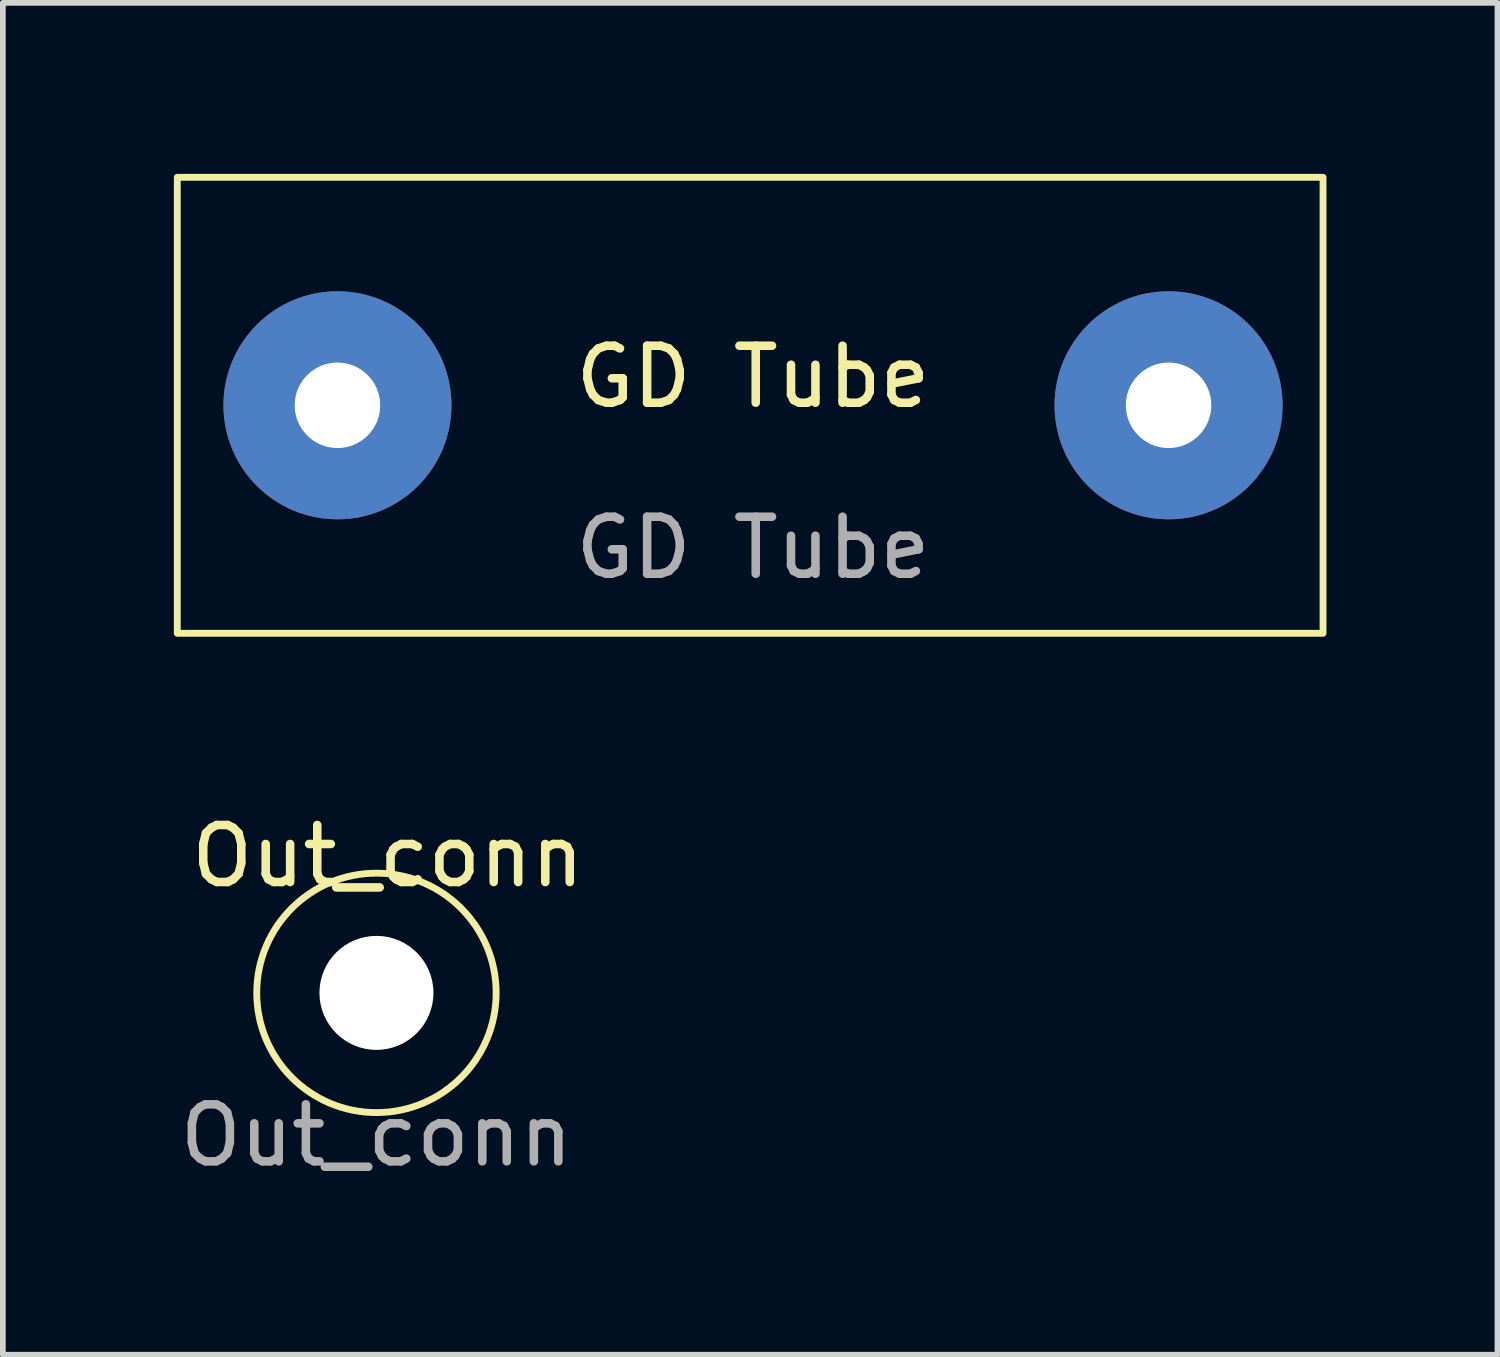
<source format=kicad_pcb>
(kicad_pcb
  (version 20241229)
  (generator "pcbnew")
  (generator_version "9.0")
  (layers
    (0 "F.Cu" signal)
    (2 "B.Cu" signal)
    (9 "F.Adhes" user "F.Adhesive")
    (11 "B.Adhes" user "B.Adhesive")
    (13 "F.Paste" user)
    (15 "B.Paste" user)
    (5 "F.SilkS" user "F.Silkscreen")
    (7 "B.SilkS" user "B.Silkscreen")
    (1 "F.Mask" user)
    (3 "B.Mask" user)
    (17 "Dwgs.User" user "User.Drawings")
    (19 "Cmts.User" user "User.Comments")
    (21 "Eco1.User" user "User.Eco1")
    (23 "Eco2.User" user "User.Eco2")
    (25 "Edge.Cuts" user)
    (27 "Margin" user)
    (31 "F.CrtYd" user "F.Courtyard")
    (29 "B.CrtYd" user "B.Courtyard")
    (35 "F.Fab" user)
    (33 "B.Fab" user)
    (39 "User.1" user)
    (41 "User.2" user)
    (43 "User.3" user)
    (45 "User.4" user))
  (footprint "GD Tube"
    (layer "F.Cu")
    (at 10.16 4.06)
    (property "Reference" "GD Tube" (at 0 -0.5 0) (unlocked yes) (layer "F.SilkS") (effects (font (size 1 1) (thickness 0.15))))
    (attr through_hole)
    (fp_rect (start -10.1 -4) (end 10 4) (stroke (width 0.12) (type solid)) (fill no) (layer "F.SilkS"))
    (fp_text user "${REFERENCE}" (at 0 2.5 0) (unlocked yes) (layer "F.Fab") (effects (font (size 1 1) (thickness 0.15))))
    (pad "1" thru_hole circle (at -7.29 0) (size 4 4) (drill 1.5) (layers "*.Cu" "*.Mask"))
    (pad "3" thru_hole circle (at 7.29 0) (size 4 4) (drill 1.5) (layers "*.Cu" "*.Mask")))
  (footprint "Out_conn"
    (layer "F.Cu")
    (at 3.554 14.368)
    (property "Reference" "Out_conn" (at 0.2 -2.4 0) (unlocked yes) (layer "F.SilkS") (effects (font (size 1 1) (thickness 0.15))))
    (attr through_hole)
    (fp_circle (center 0 0) (end 2.1 0) (stroke (width 0.12) (type solid)) (fill no) (layer "F.SilkS"))
    (fp_text user "${REFERENCE}" (at 0 2.5 0) (unlocked yes) (layer "F.Fab") (effects (font (size 1 1) (thickness 0.15))))
    (pad "1" thru_hole circle (at 0 0) (size 4 4) (drill 2) (layers "*.Cu" "*.Mask") (remove_unused_layers yes) (zone_layer_connections)))
  (gr_rect
    (start -3 -3)
    (end 23.22 20.716)
    (stroke (width 0.1) (type default))
    (fill no)
    (layer "Edge.Cuts")))
</source>
